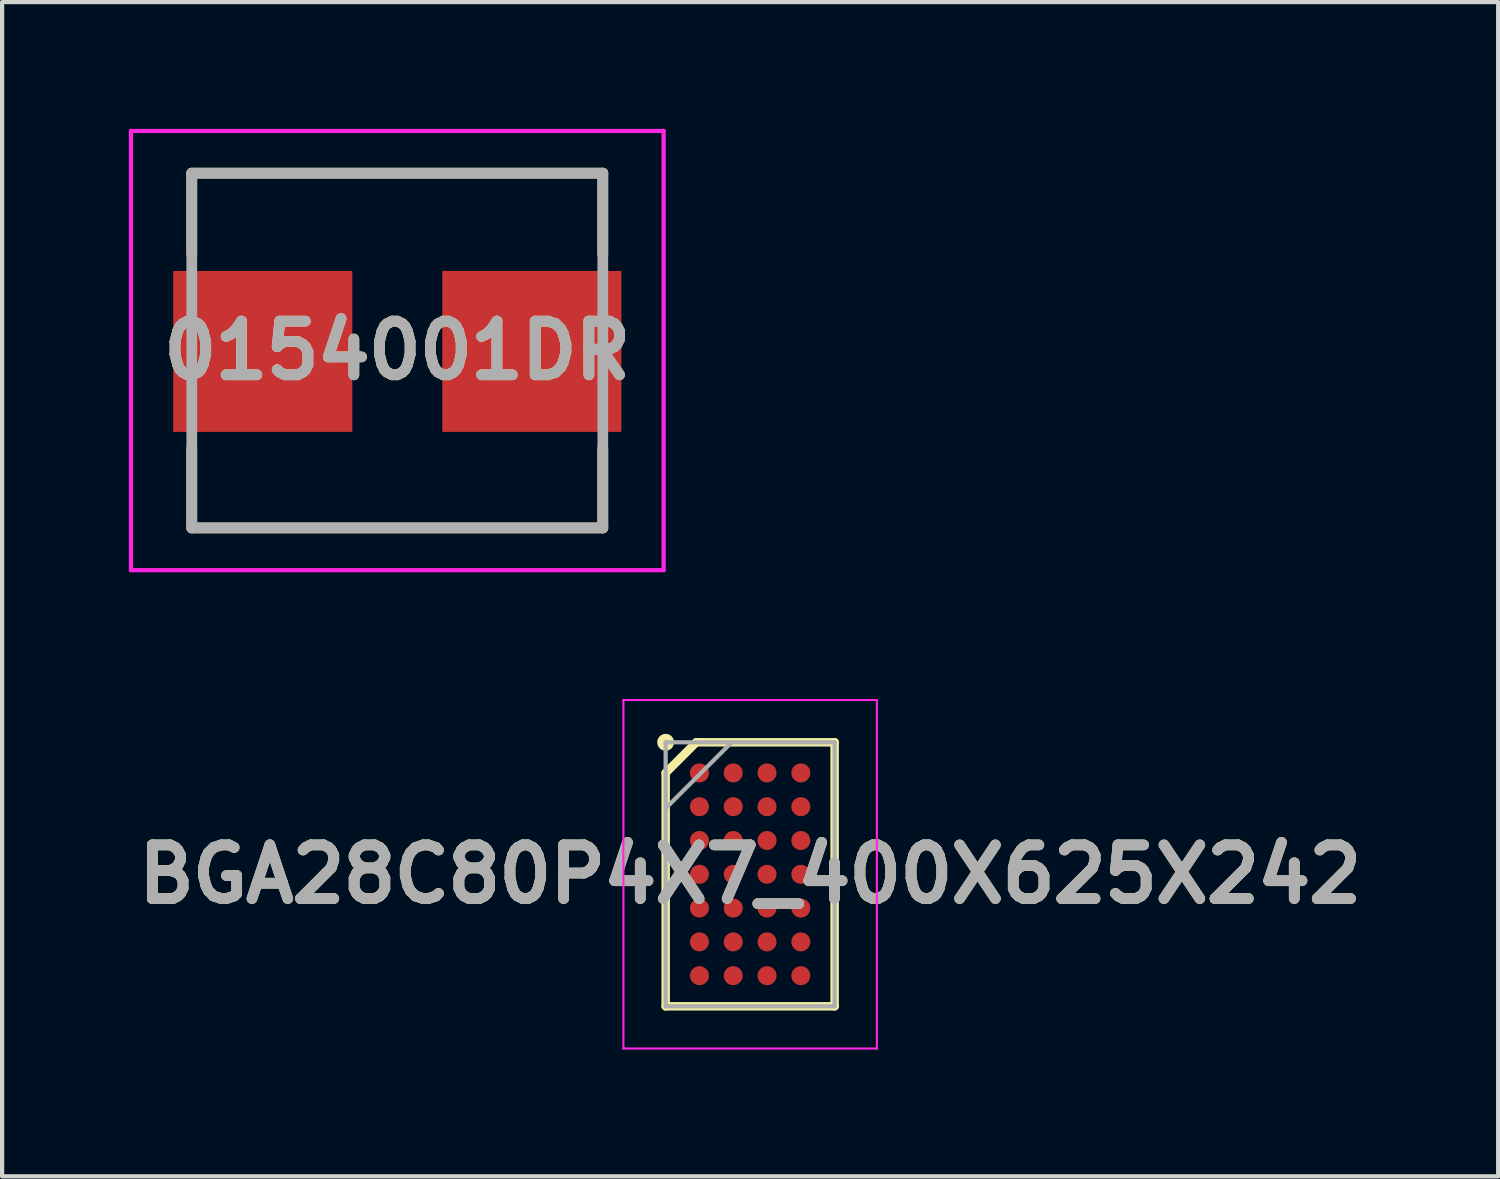
<source format=kicad_pcb>
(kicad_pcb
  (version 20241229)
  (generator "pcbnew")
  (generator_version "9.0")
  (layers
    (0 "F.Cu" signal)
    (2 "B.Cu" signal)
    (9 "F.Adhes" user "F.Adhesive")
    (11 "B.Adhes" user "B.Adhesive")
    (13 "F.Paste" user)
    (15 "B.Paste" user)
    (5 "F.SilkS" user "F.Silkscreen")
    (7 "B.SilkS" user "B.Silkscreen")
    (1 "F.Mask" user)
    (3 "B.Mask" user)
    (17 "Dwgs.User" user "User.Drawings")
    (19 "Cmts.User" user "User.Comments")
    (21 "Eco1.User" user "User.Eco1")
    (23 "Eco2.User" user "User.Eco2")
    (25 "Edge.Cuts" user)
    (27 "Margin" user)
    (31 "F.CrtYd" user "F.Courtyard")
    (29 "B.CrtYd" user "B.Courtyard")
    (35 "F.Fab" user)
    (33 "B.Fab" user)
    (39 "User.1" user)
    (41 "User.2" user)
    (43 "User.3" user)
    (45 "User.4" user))
  (footprint "BGA28C80P4X7_400X625X242"
    (layer "F.Cu")
    (at 14.708 17.647)
    (property "Reference" "BGA28C80P4X7_400X625X242" (at 0 0 0) (layer "F.SilkS") (effects (font (size 1.27 1.27) (thickness 0.254))))
    (attr smd)
    (fp_line (start -2 -2.4) (end -1.275 -3.125) (stroke (width 0.2) (type solid)) (layer "F.SilkS"))
    (fp_line (start -2 3.125) (end -2 -2.4) (stroke (width 0.2) (type solid)) (layer "F.SilkS"))
    (fp_line (start -1.275 -3.125) (end 2 -3.125) (stroke (width 0.2) (type solid)) (layer "F.SilkS"))
    (fp_line (start 2 -3.125) (end 2 3.125) (stroke (width 0.2) (type solid)) (layer "F.SilkS"))
    (fp_line (start 2 3.125) (end -2 3.125) (stroke (width 0.2) (type solid)) (layer "F.SilkS"))
    (fp_circle (center -2 -3.125) (end -2 -3.025) (stroke (width 0.2) (type solid)) (fill no) (layer "F.SilkS"))
    (fp_line (start -3 -4.125) (end 3 -4.125) (stroke (width 0.05) (type solid)) (layer "F.CrtYd"))
    (fp_line (start -3 4.125) (end -3 -4.125) (stroke (width 0.05) (type solid)) (layer "F.CrtYd"))
    (fp_line (start 3 -4.125) (end 3 4.125) (stroke (width 0.05) (type solid)) (layer "F.CrtYd"))
    (fp_line (start 3 4.125) (end -3 4.125) (stroke (width 0.05) (type solid)) (layer "F.CrtYd"))
    (fp_line (start -2 -3.125) (end 2 -3.125) (stroke (width 0.1) (type solid)) (layer "F.Fab"))
    (fp_line (start -2 -1.562) (end -0.438 -3.124) (stroke (width 0.1) (type solid)) (layer "F.Fab"))
    (fp_line (start -2 3.125) (end -2 -3.125) (stroke (width 0.1) (type solid)) (layer "F.Fab"))
    (fp_line (start 2 -3.125) (end 2 3.125) (stroke (width 0.1) (type solid)) (layer "F.Fab"))
    (fp_line (start 2 3.125) (end -2 3.125) (stroke (width 0.1) (type solid)) (layer "F.Fab"))
    (fp_text user "${REFERENCE}" (at 0 0 0) (layer "F.Fab") (effects (font (size 1.27 1.27) (thickness 0.254))))
    (pad "A1" smd circle (at -1.2 -2.4 90) (size 0.45 0.45) (layers "F.Cu" "F.Mask" "F.Paste"))
    (pad "A2" smd circle (at -0.4 -2.4 90) (size 0.45 0.45) (layers "F.Cu" "F.Mask" "F.Paste"))
    (pad "A3" smd circle (at 0.4 -2.4 90) (size 0.45 0.45) (layers "F.Cu" "F.Mask" "F.Paste"))
    (pad "A4" smd circle (at 1.2 -2.4 90) (size 0.45 0.45) (layers "F.Cu" "F.Mask" "F.Paste"))
    (pad "B1" smd circle (at -1.2 -1.6 90) (size 0.45 0.45) (layers "F.Cu" "F.Mask" "F.Paste"))
    (pad "B2" smd circle (at -0.4 -1.6 90) (size 0.45 0.45) (layers "F.Cu" "F.Mask" "F.Paste"))
    (pad "B3" smd circle (at 0.4 -1.6 90) (size 0.45 0.45) (layers "F.Cu" "F.Mask" "F.Paste"))
    (pad "B4" smd circle (at 1.2 -1.6 90) (size 0.45 0.45) (layers "F.Cu" "F.Mask" "F.Paste"))
    (pad "C1" smd circle (at -1.2 -0.8 90) (size 0.45 0.45) (layers "F.Cu" "F.Mask" "F.Paste"))
    (pad "C2" smd circle (at -0.4 -0.8 90) (size 0.45 0.45) (layers "F.Cu" "F.Mask" "F.Paste"))
    (pad "C3" smd circle (at 0.4 -0.8 90) (size 0.45 0.45) (layers "F.Cu" "F.Mask" "F.Paste"))
    (pad "C4" smd circle (at 1.2 -0.8 90) (size 0.45 0.45) (layers "F.Cu" "F.Mask" "F.Paste"))
    (pad "D1" smd circle (at -1.2 0 90) (size 0.45 0.45) (layers "F.Cu" "F.Mask" "F.Paste"))
    (pad "D2" smd circle (at -0.4 0 90) (size 0.45 0.45) (layers "F.Cu" "F.Mask" "F.Paste"))
    (pad "D3" smd circle (at 0.4 0 90) (size 0.45 0.45) (layers "F.Cu" "F.Mask" "F.Paste"))
    (pad "D4" smd circle (at 1.2 0 90) (size 0.45 0.45) (layers "F.Cu" "F.Mask" "F.Paste"))
    (pad "E1" smd circle (at -1.2 0.8 90) (size 0.45 0.45) (layers "F.Cu" "F.Mask" "F.Paste"))
    (pad "E2" smd circle (at -0.4 0.8 90) (size 0.45 0.45) (layers "F.Cu" "F.Mask" "F.Paste"))
    (pad "E3" smd circle (at 0.4 0.8 90) (size 0.45 0.45) (layers "F.Cu" "F.Mask" "F.Paste"))
    (pad "E4" smd circle (at 1.2 0.8 90) (size 0.45 0.45) (layers "F.Cu" "F.Mask" "F.Paste"))
    (pad "F1" smd circle (at -1.2 1.6 90) (size 0.45 0.45) (layers "F.Cu" "F.Mask" "F.Paste"))
    (pad "F2" smd circle (at -0.4 1.6 90) (size 0.45 0.45) (layers "F.Cu" "F.Mask" "F.Paste"))
    (pad "F3" smd circle (at 0.4 1.6 90) (size 0.45 0.45) (layers "F.Cu" "F.Mask" "F.Paste"))
    (pad "F4" smd circle (at 1.2 1.6 90) (size 0.45 0.45) (layers "F.Cu" "F.Mask" "F.Paste"))
    (pad "G1" smd circle (at -1.2 2.4 90) (size 0.45 0.45) (layers "F.Cu" "F.Mask" "F.Paste"))
    (pad "G2" smd circle (at -0.4 2.4 90) (size 0.45 0.45) (layers "F.Cu" "F.Mask" "F.Paste"))
    (pad "G3" smd circle (at 0.4 2.4 90) (size 0.45 0.45) (layers "F.Cu" "F.Mask" "F.Paste"))
    (pad "G4" smd circle (at 1.2 2.4 90) (size 0.45 0.45) (layers "F.Cu" "F.Mask" "F.Paste")))
  (footprint "0154001DR"
    (layer "F.Cu")
    (at 6.355 5.269)
    (property "Reference" "0154001DR" (at 0 -0.021 0) (layer "F.SilkS") (effects (font (size 1.27 1.27) (thickness 0.254))))
    (attr smd)
    (fp_line (start -4.865 -4.219) (end -4.865 -2.3) (stroke (width 0.254) (type solid)) (layer "F.SilkS"))
    (fp_line (start -4.865 -4.219) (end 4.865 -4.219) (stroke (width 0.254) (type solid)) (layer "F.SilkS"))
    (fp_line (start -4.865 4.178) (end -4.865 2.3) (stroke (width 0.254) (type solid)) (layer "F.SilkS"))
    (fp_line (start -4.865 4.178) (end 4.865 4.178) (stroke (width 0.254) (type solid)) (layer "F.SilkS"))
    (fp_line (start 4.865 -4.219) (end 4.865 -2.3) (stroke (width 0.254) (type solid)) (layer "F.SilkS"))
    (fp_line (start 4.865 4.178) (end 4.865 2.3) (stroke (width 0.254) (type solid)) (layer "F.SilkS"))
    (fp_line (start -6.305 -5.219) (end 6.305 -5.219) (stroke (width 0.1) (type solid)) (layer "F.CrtYd"))
    (fp_line (start -6.305 5.178) (end -6.305 -5.219) (stroke (width 0.1) (type solid)) (layer "F.CrtYd"))
    (fp_line (start 6.305 -5.219) (end 6.305 5.178) (stroke (width 0.1) (type solid)) (layer "F.CrtYd"))
    (fp_line (start 6.305 5.178) (end -6.305 5.178) (stroke (width 0.1) (type solid)) (layer "F.CrtYd"))
    (fp_line (start -4.865 -4.219) (end 4.865 -4.219) (stroke (width 0.254) (type solid)) (layer "F.Fab"))
    (fp_line (start -4.865 4.178) (end -4.865 -4.219) (stroke (width 0.254) (type solid)) (layer "F.Fab"))
    (fp_line (start 4.865 -4.219) (end 4.865 4.178) (stroke (width 0.254) (type solid)) (layer "F.Fab"))
    (fp_line (start 4.865 4.178) (end -4.865 4.178) (stroke (width 0.254) (type solid)) (layer "F.Fab"))
    (fp_text user "${REFERENCE}" (at 0 -0.021 0) (layer "F.Fab") (effects (font (size 1.27 1.27) (thickness 0.254))))
    (pad "1" smd rect (at -3.185 0 90) (size 3.81 4.24) (layers "F.Cu" "F.Mask" "F.Paste"))
    (pad "2" smd rect (at 3.185 0 90) (size 3.81 4.24) (layers "F.Cu" "F.Mask" "F.Paste")))
  (gr_rect
    (start -3 -3)
    (end 32.416 24.797)
    (stroke (width 0.1) (type default))
    (fill no)
    (layer "Edge.Cuts")))
</source>
